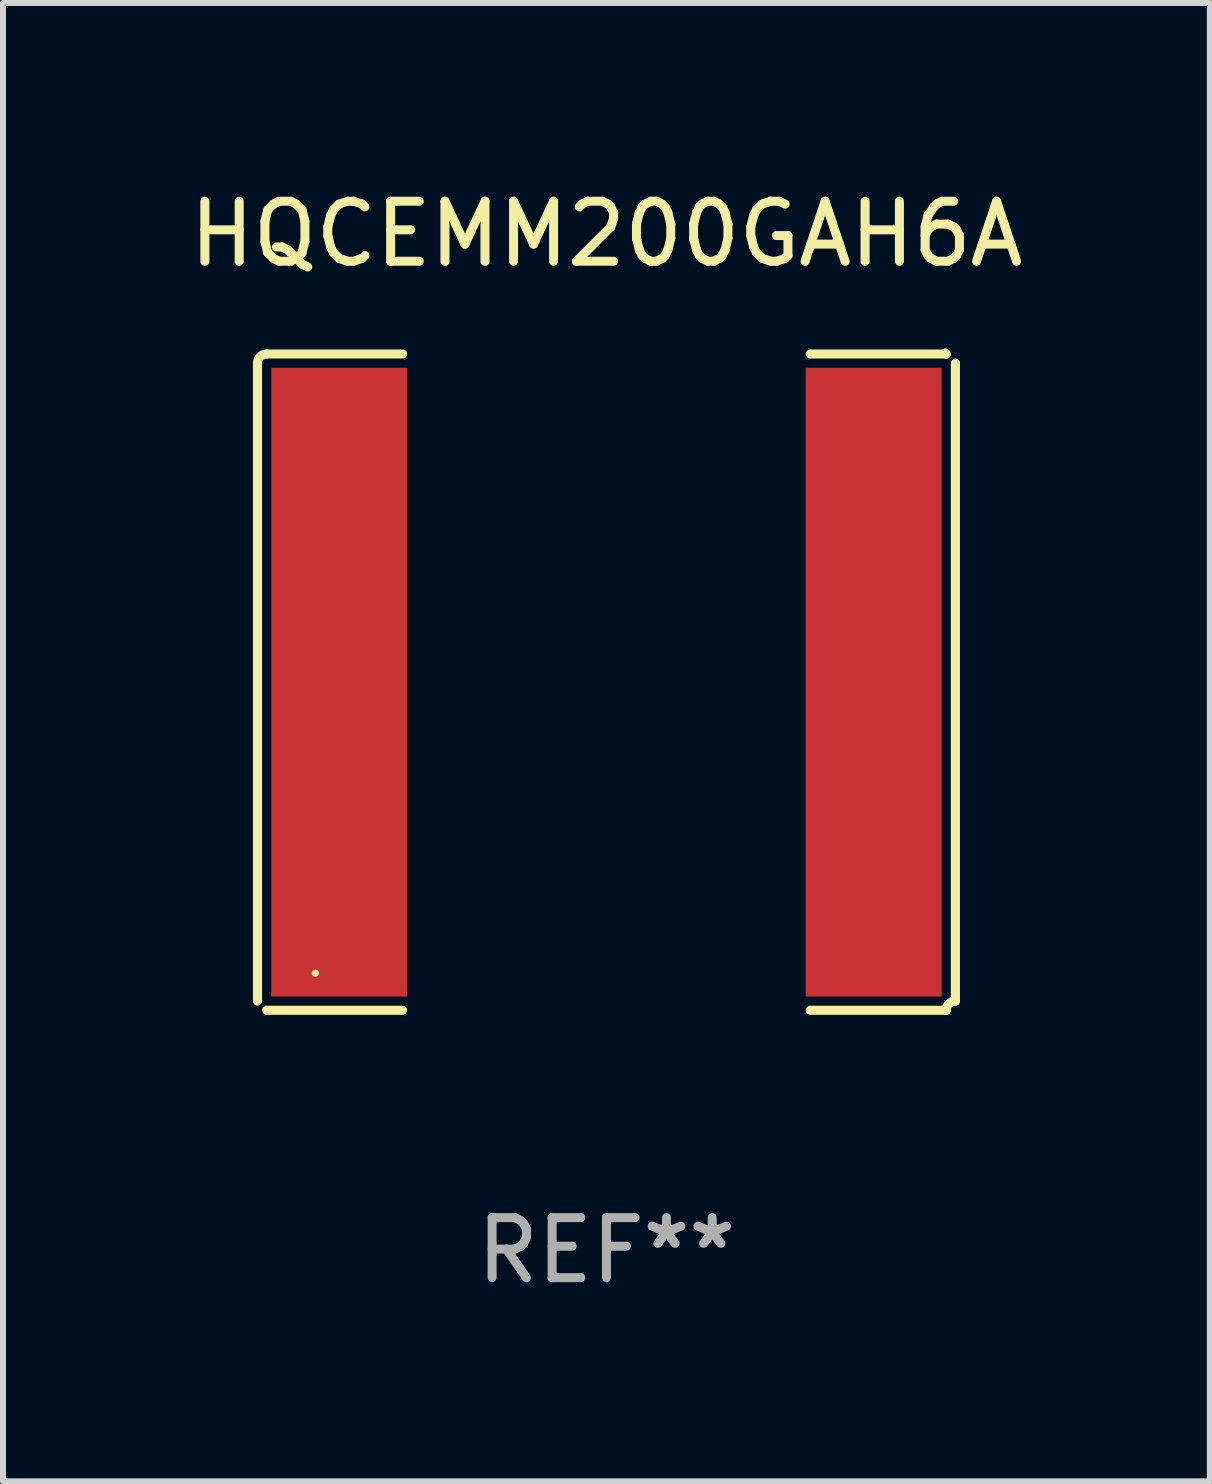
<source format=kicad_pcb>
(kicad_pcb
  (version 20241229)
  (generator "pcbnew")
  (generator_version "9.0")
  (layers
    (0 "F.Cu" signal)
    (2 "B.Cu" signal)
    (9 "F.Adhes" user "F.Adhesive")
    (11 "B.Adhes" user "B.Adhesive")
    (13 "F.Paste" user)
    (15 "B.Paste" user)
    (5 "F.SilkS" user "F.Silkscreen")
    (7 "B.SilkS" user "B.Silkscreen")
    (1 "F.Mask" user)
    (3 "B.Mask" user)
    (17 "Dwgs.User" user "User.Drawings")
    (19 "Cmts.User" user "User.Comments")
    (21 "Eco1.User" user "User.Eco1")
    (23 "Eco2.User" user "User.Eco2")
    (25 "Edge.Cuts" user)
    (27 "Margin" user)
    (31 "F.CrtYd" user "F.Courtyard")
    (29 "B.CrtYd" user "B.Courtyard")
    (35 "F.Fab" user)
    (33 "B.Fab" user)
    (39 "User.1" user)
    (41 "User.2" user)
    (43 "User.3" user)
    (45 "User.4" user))
  (footprint "HQCEMM200GAH6A"
    (layer "F.Cu")
    (at 7.054 8.315)
    (property "Reference" "HQCEMM200GAH6A" (at 0 -7.467 0) (layer "F.SilkS") (effects (font (size 1 1) (thickness 0.15))))
    (attr through_hole)
    (fp_line (start -5.814 -5.314) (end -5.814 5.314) (stroke (width 0.152) (type solid)) (layer "F.SilkS"))
    (fp_line (start -5.661 5.467) (end -3.396 5.467) (stroke (width 0.152) (type solid)) (layer "F.SilkS"))
    (fp_line (start -3.396 -5.467) (end -5.661 -5.467) (stroke (width 0.152) (type solid)) (layer "F.SilkS"))
    (fp_line (start 3.396 -5.467) (end 5.661 -5.467) (stroke (width 0.152) (type solid)) (layer "F.SilkS"))
    (fp_line (start 5.661 5.467) (end 3.396 5.467) (stroke (width 0.152) (type solid)) (layer "F.SilkS"))
    (fp_line (start 5.814 -5.314) (end 5.814 5.314) (stroke (width 0.152) (type solid)) (layer "F.SilkS"))
    (fp_arc (start -5.813599 -5.314201) (mid -5.768962 -5.421963) (end -5.661199 -5.466599) (stroke (width 0.1524) (type solid)) (layer "F.SilkS"))
    (fp_arc (start -5.813599 5.314201) (mid -5.804682 5.323116) (end -5.795765 5.332031) (stroke (width 0.1524) (type solid)) (layer "F.SilkS"))
    (fp_arc (start 5.661199 -5.466599) (mid 5.652283 -5.475515) (end 5.643366 -5.48443) (stroke (width 0.1524) (type solid)) (layer "F.SilkS"))
    (fp_arc (start 5.661199 5.466599) (mid 5.705836 5.358837) (end 5.813599 5.314201) (stroke (width 0.1524) (type solid)) (layer "F.SilkS"))
    (fp_circle (center -4.85 4.85) (end -4.82 4.85) (stroke (width 0.06) (type solid)) (fill no) (layer "F.SilkS"))
    (fp_text user "REF**" (at 0 9.467 0) (layer "F.Fab") (effects (font (size 1 1) (thickness 0.15))))
    (pad "1" smd rect (at -4.452 0) (size 2.265 10.476) (layers "F.Cu" "F.Mask" "F.Paste"))
    (pad "2" smd rect (at 4.452 0) (size 2.265 10.476) (layers "F.Cu" "F.Mask" "F.Paste")))
  (gr_rect
    (start -3 -3)
    (end 17.107 21.63)
    (stroke (width 0.1) (type default))
    (fill no)
    (layer "Edge.Cuts")))
</source>
